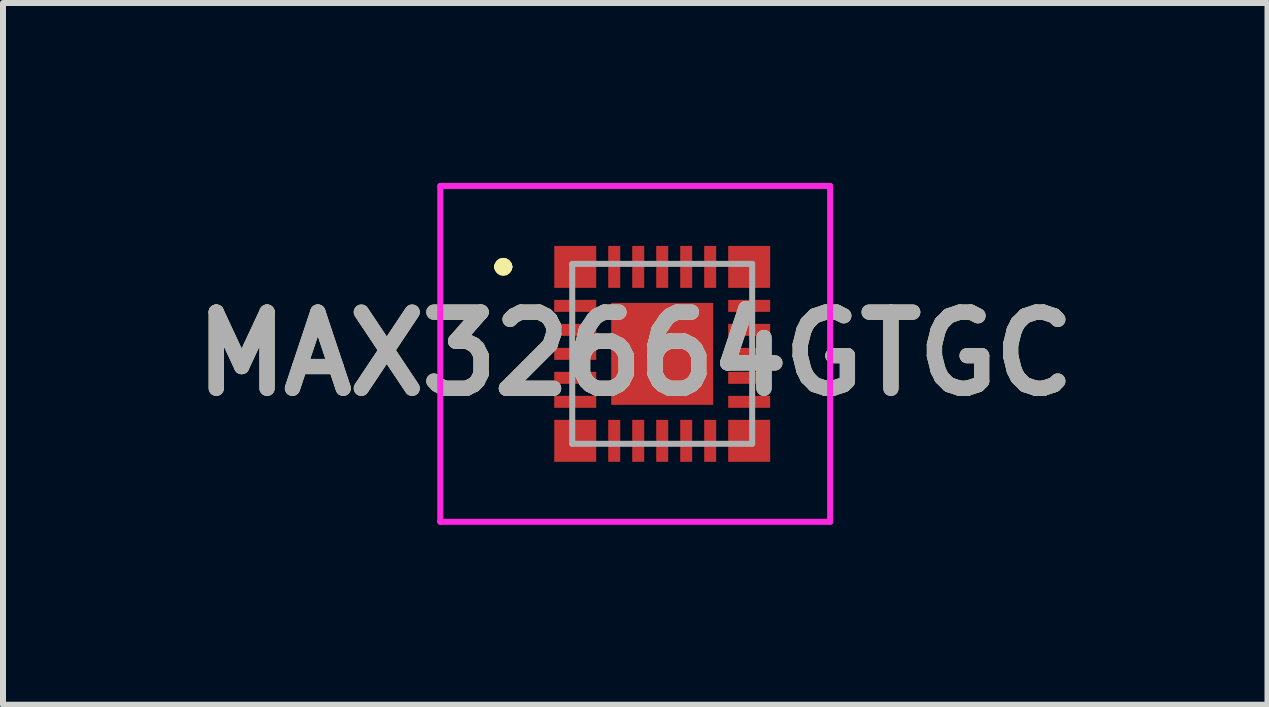
<source format=kicad_pcb>
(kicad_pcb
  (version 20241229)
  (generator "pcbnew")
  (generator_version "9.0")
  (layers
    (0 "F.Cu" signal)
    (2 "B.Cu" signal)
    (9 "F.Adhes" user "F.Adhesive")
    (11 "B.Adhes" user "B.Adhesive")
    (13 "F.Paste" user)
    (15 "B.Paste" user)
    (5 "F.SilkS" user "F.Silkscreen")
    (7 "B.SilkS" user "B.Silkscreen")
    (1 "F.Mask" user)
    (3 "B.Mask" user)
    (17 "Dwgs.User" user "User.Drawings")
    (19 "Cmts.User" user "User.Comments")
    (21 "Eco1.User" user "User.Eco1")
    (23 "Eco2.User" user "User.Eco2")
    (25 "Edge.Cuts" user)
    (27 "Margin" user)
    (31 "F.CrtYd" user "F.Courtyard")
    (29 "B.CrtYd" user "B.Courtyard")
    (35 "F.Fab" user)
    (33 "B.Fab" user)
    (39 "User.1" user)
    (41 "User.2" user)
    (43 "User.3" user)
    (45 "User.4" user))
  (footprint "MAX32664GTGC"
    (layer "F.Cu")
    (at 7.991 2.85)
    (property "Reference" "MAX32664GTGC" (at -0.45 0 0) (layer "F.SilkS") (effects (font (size 1.27 1.27) (thickness 0.254))))
    (attr smd)
    (fp_line (start -2.7 -1.45) (end -2.7 -1.45) (stroke (width 0.2) (type solid)) (layer "F.SilkS"))
    (fp_line (start -2.6 -1.45) (end -2.6 -1.45) (stroke (width 0.2) (type solid)) (layer "F.SilkS"))
    (fp_line (start -2.6 -1.45) (end -2.6 -1.45) (stroke (width 0.2) (type solid)) (layer "F.SilkS"))
    (fp_arc (start -2.7 -1.45) (mid -2.65 -1.5) (end -2.6 -1.45) (stroke (width 0.2) (type solid)) (layer "F.SilkS"))
    (fp_arc (start -2.7 -1.45) (mid -2.65 -1.5) (end -2.6 -1.45) (stroke (width 0.2) (type solid)) (layer "F.SilkS"))
    (fp_arc (start -2.6 -1.45) (mid -2.65 -1.4) (end -2.7 -1.45) (stroke (width 0.2) (type solid)) (layer "F.SilkS"))
    (fp_line (start -3.7 -2.8) (end 2.8 -2.8) (stroke (width 0.1) (type solid)) (layer "F.CrtYd"))
    (fp_line (start -3.7 2.8) (end -3.7 -2.8) (stroke (width 0.1) (type solid)) (layer "F.CrtYd"))
    (fp_line (start 2.8 -2.8) (end 2.8 2.8) (stroke (width 0.1) (type solid)) (layer "F.CrtYd"))
    (fp_line (start 2.8 2.8) (end -3.7 2.8) (stroke (width 0.1) (type solid)) (layer "F.CrtYd"))
    (fp_line (start -1.5 -1.5) (end -1.5 1.5) (stroke (width 0.1) (type solid)) (layer "F.Fab"))
    (fp_line (start -1.5 1.5) (end 1.5 1.5) (stroke (width 0.1) (type solid)) (layer "F.Fab"))
    (fp_line (start 1.5 -1.5) (end -1.5 -1.5) (stroke (width 0.1) (type solid)) (layer "F.Fab"))
    (fp_line (start 1.5 1.5) (end 1.5 -1.5) (stroke (width 0.1) (type solid)) (layer "F.Fab"))
    (fp_text user "${REFERENCE}" (at -0.45 0 0) (layer "F.Fab") (effects (font (size 1.27 1.27) (thickness 0.254))))
    (pad "1" smd rect (at -1.45 -1.45 90) (size 0.7 0.7) (layers "F.Cu" "F.Mask" "F.Paste"))
    (pad "2" smd rect (at -1.45 -0.8 90) (size 0.2 0.7) (layers "F.Cu" "F.Mask" "F.Paste"))
    (pad "3" smd rect (at -1.45 -0.4 90) (size 0.2 0.7) (layers "F.Cu" "F.Mask" "F.Paste"))
    (pad "4" smd rect (at -1.45 0 90) (size 0.2 0.7) (layers "F.Cu" "F.Mask" "F.Paste"))
    (pad "5" smd rect (at -1.45 0.4 90) (size 0.2 0.7) (layers "F.Cu" "F.Mask" "F.Paste"))
    (pad "6" smd rect (at -1.45 0.8 90) (size 0.2 0.7) (layers "F.Cu" "F.Mask" "F.Paste"))
    (pad "7" smd rect (at -1.45 1.45 90) (size 0.7 0.7) (layers "F.Cu" "F.Mask" "F.Paste"))
    (pad "8" smd rect (at -0.8 1.45) (size 0.2 0.7) (layers "F.Cu" "F.Mask" "F.Paste"))
    (pad "9" smd rect (at -0.4 1.45) (size 0.2 0.7) (layers "F.Cu" "F.Mask" "F.Paste"))
    (pad "10" smd rect (at 0 1.45) (size 0.2 0.7) (layers "F.Cu" "F.Mask" "F.Paste"))
    (pad "11" smd rect (at 0.4 1.45) (size 0.2 0.7) (layers "F.Cu" "F.Mask" "F.Paste"))
    (pad "12" smd rect (at 0.8 1.45) (size 0.2 0.7) (layers "F.Cu" "F.Mask" "F.Paste"))
    (pad "13" smd rect (at 1.45 1.45 90) (size 0.7 0.7) (layers "F.Cu" "F.Mask" "F.Paste"))
    (pad "14" smd rect (at 1.45 0.8 90) (size 0.2 0.7) (layers "F.Cu" "F.Mask" "F.Paste"))
    (pad "15" smd rect (at 1.45 0.4 90) (size 0.2 0.7) (layers "F.Cu" "F.Mask" "F.Paste"))
    (pad "16" smd rect (at 1.45 0 90) (size 0.2 0.7) (layers "F.Cu" "F.Mask" "F.Paste"))
    (pad "17" smd rect (at 1.45 -0.4 90) (size 0.2 0.7) (layers "F.Cu" "F.Mask" "F.Paste"))
    (pad "18" smd rect (at 1.45 -0.8 90) (size 0.2 0.7) (layers "F.Cu" "F.Mask" "F.Paste"))
    (pad "19" smd rect (at 1.45 -1.45 90) (size 0.7 0.7) (layers "F.Cu" "F.Mask" "F.Paste"))
    (pad "20" smd rect (at 0.8 -1.45) (size 0.2 0.7) (layers "F.Cu" "F.Mask" "F.Paste"))
    (pad "21" smd rect (at 0.4 -1.45) (size 0.2 0.7) (layers "F.Cu" "F.Mask" "F.Paste"))
    (pad "22" smd rect (at 0 -1.45) (size 0.2 0.7) (layers "F.Cu" "F.Mask" "F.Paste"))
    (pad "23" smd rect (at -0.4 -1.45) (size 0.2 0.7) (layers "F.Cu" "F.Mask" "F.Paste"))
    (pad "24" smd rect (at -0.8 -1.45) (size 0.2 0.7) (layers "F.Cu" "F.Mask" "F.Paste"))
    (pad "25" smd rect (at 0 0 90) (size 1.7 1.7) (layers "F.Cu" "F.Mask" "F.Paste")))
  (gr_rect
    (start -3 -3)
    (end 18.083 8.7)
    (stroke (width 0.1) (type default))
    (fill no)
    (layer "Edge.Cuts")))
</source>
